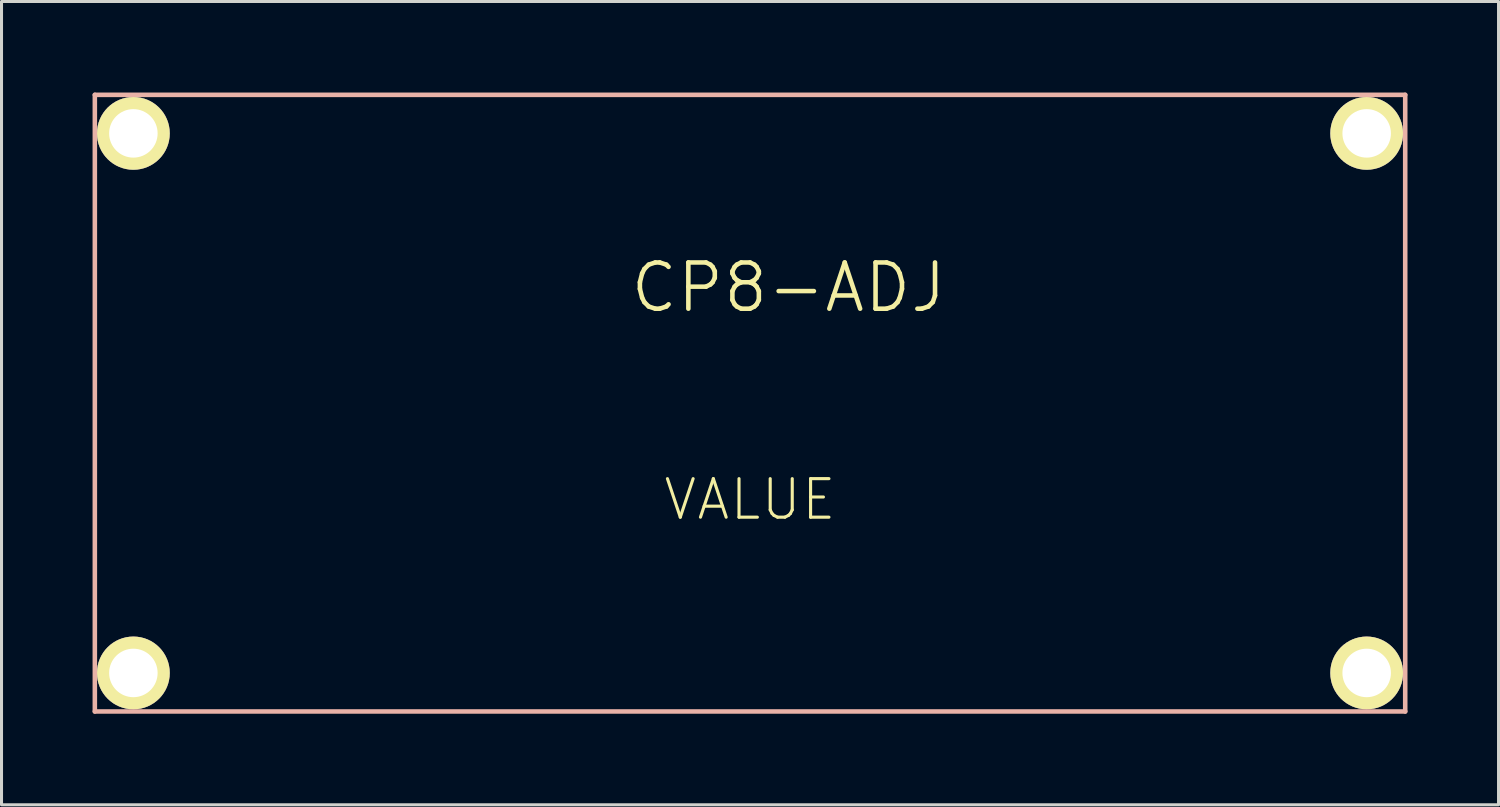
<source format=kicad_pcb>
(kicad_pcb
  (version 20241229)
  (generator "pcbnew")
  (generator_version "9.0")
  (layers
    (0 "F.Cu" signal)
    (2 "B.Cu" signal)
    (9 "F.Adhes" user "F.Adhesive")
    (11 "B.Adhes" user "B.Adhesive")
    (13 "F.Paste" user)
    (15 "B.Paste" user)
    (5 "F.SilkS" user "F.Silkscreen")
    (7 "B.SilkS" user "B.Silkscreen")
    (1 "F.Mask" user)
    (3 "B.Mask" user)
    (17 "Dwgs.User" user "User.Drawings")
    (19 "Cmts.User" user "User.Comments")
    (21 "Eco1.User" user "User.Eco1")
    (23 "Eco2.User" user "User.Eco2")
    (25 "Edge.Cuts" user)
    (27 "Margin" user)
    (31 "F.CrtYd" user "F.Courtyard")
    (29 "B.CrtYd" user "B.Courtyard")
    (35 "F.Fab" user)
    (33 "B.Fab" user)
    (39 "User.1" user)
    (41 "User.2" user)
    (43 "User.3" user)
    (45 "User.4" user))
  (footprint "CP8-ADJ"
    (layer "F.Cu")
    (at 30.555 12.775)
    (property "Reference" "CP8-ADJ" (at -7.62 -6.35 0) (layer "F.SilkS") (effects (font (size 1.524 1.524) (thickness 0.15))))
    (attr exclude_from_pos_files exclude_from_bom)
    (fp_line (start -30.48 -12.7) (end 12.7 -12.7) (stroke (width 0.15) (type solid)) (layer "B.SilkS"))
    (fp_line (start -30.48 7.62) (end -30.48 -12.7) (stroke (width 0.15) (type solid)) (layer "B.SilkS"))
    (fp_line (start 12.7 -12.7) (end 12.7 7.62) (stroke (width 0.15) (type solid)) (layer "B.SilkS"))
    (fp_line (start 12.7 7.62) (end -30.48 7.62) (stroke (width 0.15) (type solid)) (layer "B.SilkS"))
    (fp_text user "VALUE" (at -8.89 0.635 0) (layer "F.SilkS") (effects (font (size 1.27 1.27) (thickness 0.102))))
    (pad "IN+" thru_hole circle (at -29.21 -11.43) (size 2.398 2.398) (drill 1.598) (layers "*.Cu" "F.Mask" "F.SilkS" "F.Paste"))
    (pad "IN-" thru_hole circle (at -29.21 6.35) (size 2.398 2.398) (drill 1.598) (layers "*.Cu" "F.Mask" "F.SilkS" "F.Paste"))
    (pad "OUT+" thru_hole circle (at 11.43 -11.43) (size 2.398 2.398) (drill 1.598) (layers "*.Cu" "F.Mask" "F.SilkS" "F.Paste"))
    (pad "OUT-" thru_hole circle (at 11.43 6.35) (size 2.398 2.398) (drill 1.598) (layers "*.Cu" "F.Mask" "F.SilkS" "F.Paste")))
  (gr_rect
    (start -3 -3)
    (end 46.33 23.47)
    (stroke (width 0.1) (type default))
    (fill no)
    (layer "Edge.Cuts")))
</source>
